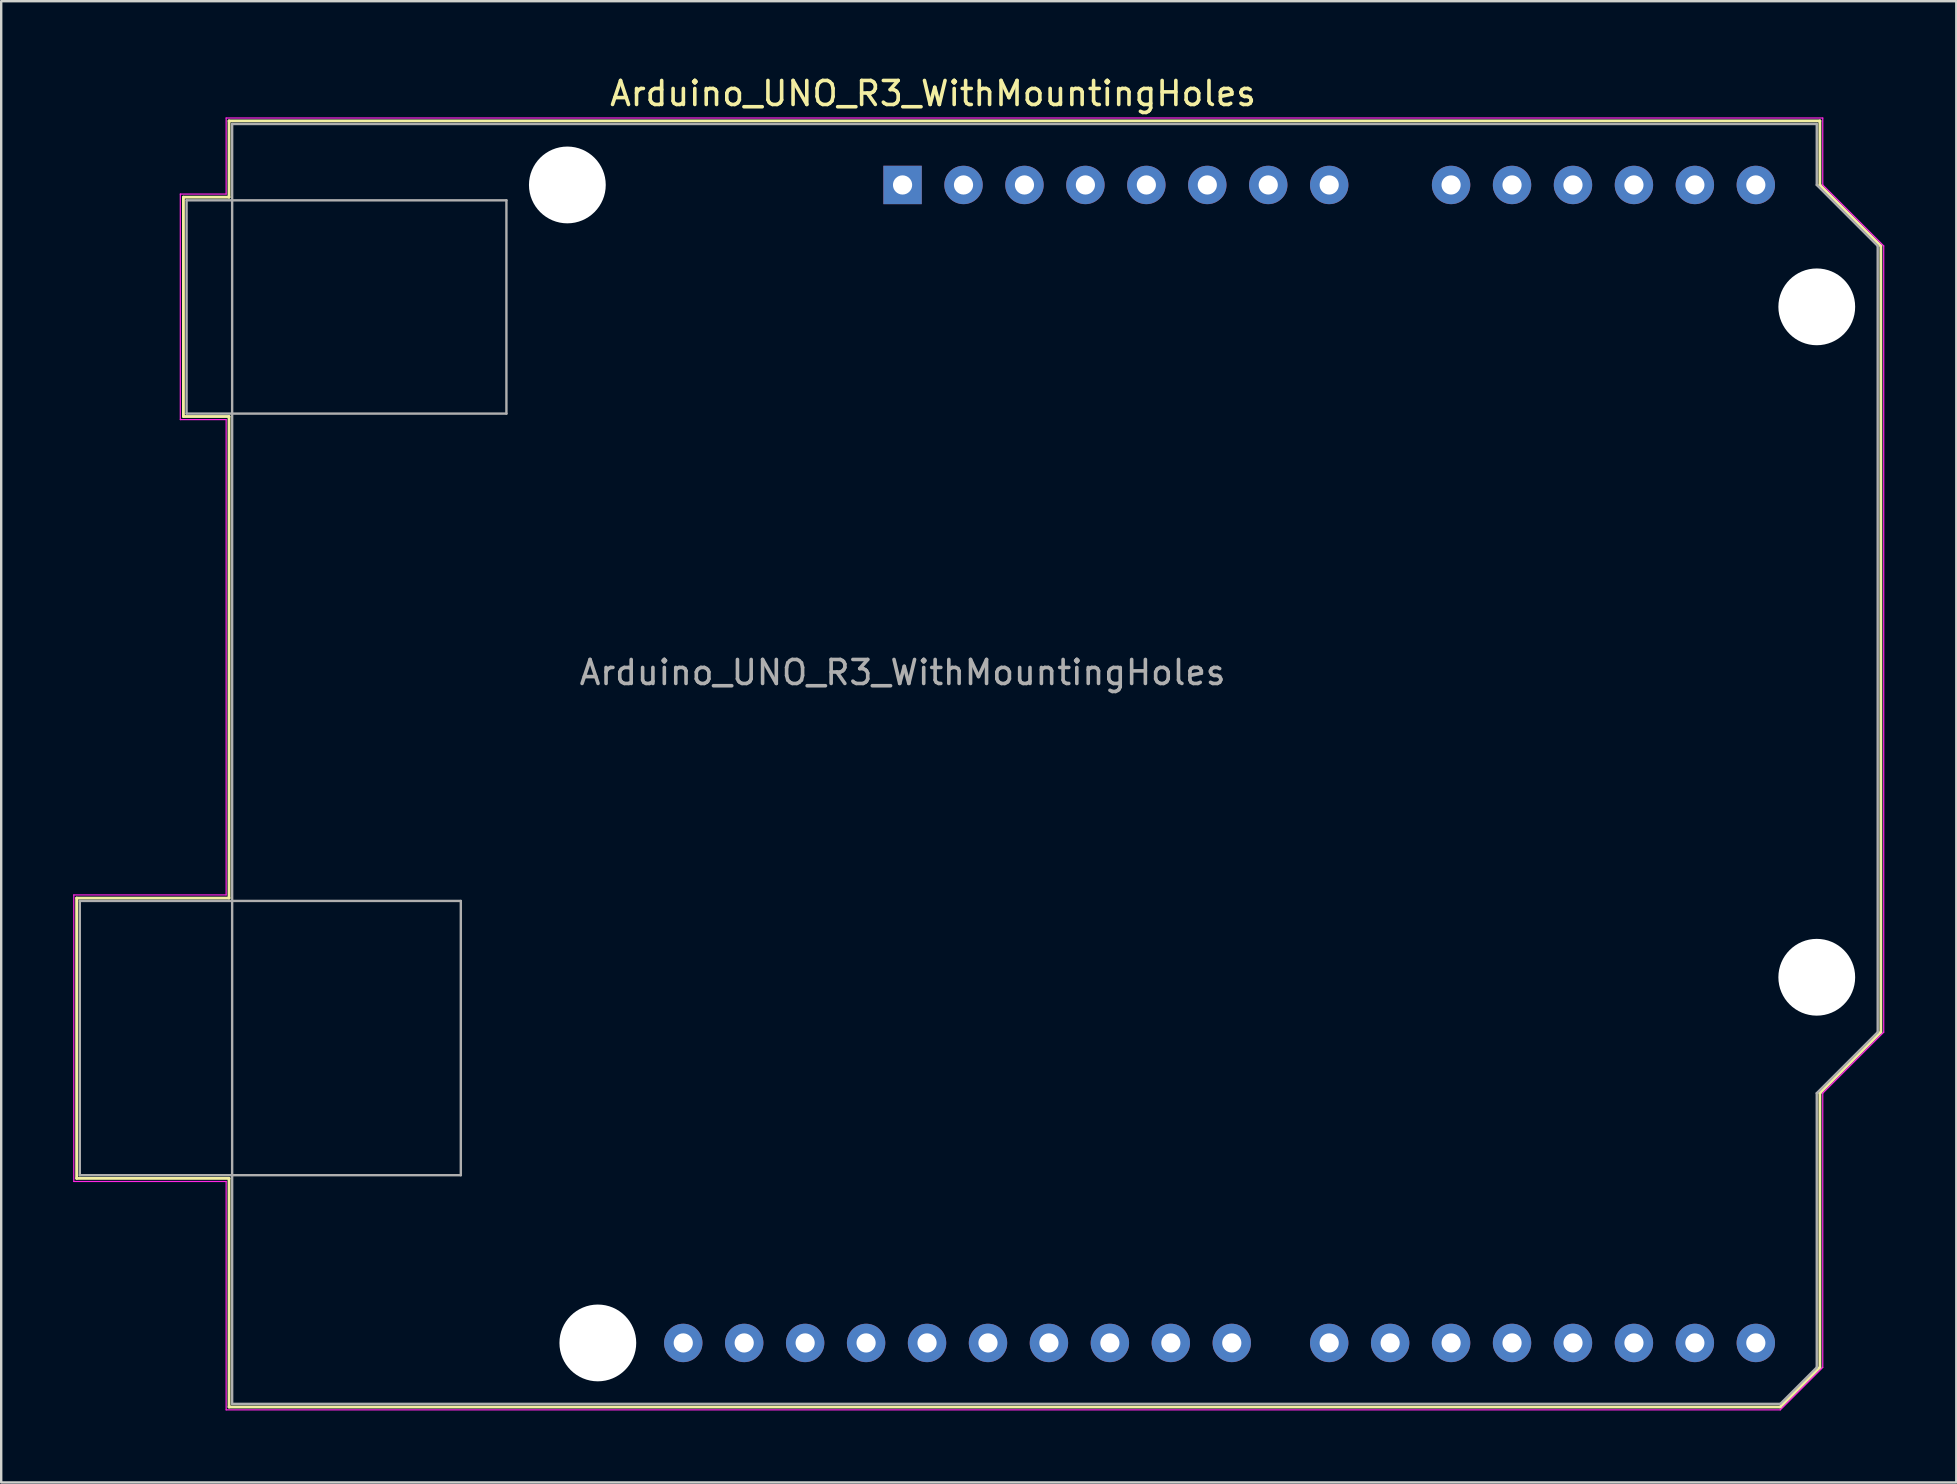
<source format=kicad_pcb>
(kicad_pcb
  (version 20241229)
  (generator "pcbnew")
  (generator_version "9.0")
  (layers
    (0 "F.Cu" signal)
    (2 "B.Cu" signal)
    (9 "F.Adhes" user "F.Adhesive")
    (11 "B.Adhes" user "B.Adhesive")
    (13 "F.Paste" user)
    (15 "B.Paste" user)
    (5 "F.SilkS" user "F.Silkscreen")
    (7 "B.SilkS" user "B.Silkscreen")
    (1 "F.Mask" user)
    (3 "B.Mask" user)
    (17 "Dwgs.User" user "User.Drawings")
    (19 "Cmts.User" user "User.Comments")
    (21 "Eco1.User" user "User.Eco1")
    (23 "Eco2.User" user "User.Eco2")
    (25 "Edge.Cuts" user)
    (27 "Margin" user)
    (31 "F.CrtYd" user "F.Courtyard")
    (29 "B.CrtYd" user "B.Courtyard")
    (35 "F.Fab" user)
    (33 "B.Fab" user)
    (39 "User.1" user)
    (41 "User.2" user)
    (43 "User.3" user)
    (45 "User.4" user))
  (footprint "Arduino_UNO_R3_WithMountingHoles"
    (layer "F.Cu")
    (at 34.565 4.658)
    (property "Reference" "Arduino_UNO_R3_WithMountingHoles" (at 1.27 -3.81 180) (layer "F.SilkS") (effects (font (size 1 1) (thickness 0.15))))
    (attr through_hole)
    (fp_line (start -34.42 29.72) (end -34.42 41.4) (stroke (width 0.12) (type solid)) (layer "F.SilkS"))
    (fp_line (start -34.42 41.4) (end -28.07 41.4) (stroke (width 0.12) (type solid)) (layer "F.SilkS"))
    (fp_line (start -29.97 0.51) (end -29.97 9.65) (stroke (width 0.12) (type solid)) (layer "F.SilkS"))
    (fp_line (start -29.97 9.65) (end -28.07 9.65) (stroke (width 0.12) (type solid)) (layer "F.SilkS"))
    (fp_line (start -28.07 -2.67) (end -28.07 0.51) (stroke (width 0.12) (type solid)) (layer "F.SilkS"))
    (fp_line (start -28.07 0.51) (end -29.97 0.51) (stroke (width 0.12) (type solid)) (layer "F.SilkS"))
    (fp_line (start -28.07 9.65) (end -28.07 29.72) (stroke (width 0.12) (type solid)) (layer "F.SilkS"))
    (fp_line (start -28.07 29.72) (end -34.42 29.72) (stroke (width 0.12) (type solid)) (layer "F.SilkS"))
    (fp_line (start -28.07 41.4) (end -28.07 50.93) (stroke (width 0.12) (type solid)) (layer "F.SilkS"))
    (fp_line (start -28.07 50.93) (end 36.58 50.93) (stroke (width 0.12) (type solid)) (layer "F.SilkS"))
    (fp_line (start 36.58 50.93) (end 38.23 49.28) (stroke (width 0.12) (type solid)) (layer "F.SilkS"))
    (fp_line (start 38.23 -2.67) (end -28.07 -2.67) (stroke (width 0.12) (type solid)) (layer "F.SilkS"))
    (fp_line (start 38.23 0) (end 38.23 -2.67) (stroke (width 0.12) (type solid)) (layer "F.SilkS"))
    (fp_line (start 38.23 37.85) (end 40.77 35.31) (stroke (width 0.12) (type solid)) (layer "F.SilkS"))
    (fp_line (start 38.23 49.28) (end 38.23 37.85) (stroke (width 0.12) (type solid)) (layer "F.SilkS"))
    (fp_line (start 40.77 2.54) (end 38.23 0) (stroke (width 0.12) (type solid)) (layer "F.SilkS"))
    (fp_line (start 40.77 35.31) (end 40.77 2.54) (stroke (width 0.12) (type solid)) (layer "F.SilkS"))
    (fp_line (start -34.54 29.59) (end -28.19 29.59) (stroke (width 0.05) (type solid)) (layer "F.CrtYd"))
    (fp_line (start -34.54 41.53) (end -34.54 29.59) (stroke (width 0.05) (type solid)) (layer "F.CrtYd"))
    (fp_line (start -30.1 0.38) (end -28.19 0.38) (stroke (width 0.05) (type solid)) (layer "F.CrtYd"))
    (fp_line (start -30.1 9.78) (end -30.1 0.38) (stroke (width 0.05) (type solid)) (layer "F.CrtYd"))
    (fp_line (start -28.19 -2.79) (end 38.35 -2.79) (stroke (width 0.05) (type solid)) (layer "F.CrtYd"))
    (fp_line (start -28.19 0.38) (end -28.19 -2.79) (stroke (width 0.05) (type solid)) (layer "F.CrtYd"))
    (fp_line (start -28.19 9.78) (end -30.1 9.78) (stroke (width 0.05) (type solid)) (layer "F.CrtYd"))
    (fp_line (start -28.19 29.59) (end -28.19 9.78) (stroke (width 0.05) (type solid)) (layer "F.CrtYd"))
    (fp_line (start -28.19 41.53) (end -34.54 41.53) (stroke (width 0.05) (type solid)) (layer "F.CrtYd"))
    (fp_line (start -28.19 51.05) (end -28.19 41.53) (stroke (width 0.05) (type solid)) (layer "F.CrtYd"))
    (fp_line (start 36.58 51.05) (end -28.19 51.05) (stroke (width 0.05) (type solid)) (layer "F.CrtYd"))
    (fp_line (start 38.35 -2.79) (end 38.35 0) (stroke (width 0.05) (type solid)) (layer "F.CrtYd"))
    (fp_line (start 38.35 0) (end 40.89 2.54) (stroke (width 0.05) (type solid)) (layer "F.CrtYd"))
    (fp_line (start 38.35 37.85) (end 38.35 49.28) (stroke (width 0.05) (type solid)) (layer "F.CrtYd"))
    (fp_line (start 38.35 49.28) (end 36.58 51.05) (stroke (width 0.05) (type solid)) (layer "F.CrtYd"))
    (fp_line (start 40.89 2.54) (end 40.89 35.31) (stroke (width 0.05) (type solid)) (layer "F.CrtYd"))
    (fp_line (start 40.89 35.31) (end 38.35 37.85) (stroke (width 0.05) (type solid)) (layer "F.CrtYd"))
    (fp_line (start -34.29 29.84) (end -18.41 29.84) (stroke (width 0.1) (type solid)) (layer "F.Fab"))
    (fp_line (start -34.29 41.27) (end -34.29 29.84) (stroke (width 0.1) (type solid)) (layer "F.Fab"))
    (fp_line (start -29.84 0.64) (end -16.51 0.64) (stroke (width 0.1) (type solid)) (layer "F.Fab"))
    (fp_line (start -29.84 9.53) (end -29.84 0.64) (stroke (width 0.1) (type solid)) (layer "F.Fab"))
    (fp_line (start -27.94 -2.54) (end 38.1 -2.54) (stroke (width 0.1) (type solid)) (layer "F.Fab"))
    (fp_line (start -27.94 50.8) (end -27.94 -2.54) (stroke (width 0.1) (type solid)) (layer "F.Fab"))
    (fp_line (start -18.41 29.84) (end -18.41 41.27) (stroke (width 0.1) (type solid)) (layer "F.Fab"))
    (fp_line (start -18.41 41.27) (end -34.29 41.27) (stroke (width 0.1) (type solid)) (layer "F.Fab"))
    (fp_line (start -16.51 0.64) (end -16.51 9.53) (stroke (width 0.1) (type solid)) (layer "F.Fab"))
    (fp_line (start -16.51 9.53) (end -29.84 9.53) (stroke (width 0.1) (type solid)) (layer "F.Fab"))
    (fp_line (start 36.58 50.8) (end -27.94 50.8) (stroke (width 0.1) (type solid)) (layer "F.Fab"))
    (fp_line (start 38.1 -2.54) (end 38.1 0) (stroke (width 0.1) (type solid)) (layer "F.Fab"))
    (fp_line (start 38.1 0) (end 40.64 2.54) (stroke (width 0.1) (type solid)) (layer "F.Fab"))
    (fp_line (start 38.1 37.85) (end 38.1 49.28) (stroke (width 0.1) (type solid)) (layer "F.Fab"))
    (fp_line (start 38.1 49.28) (end 36.58 50.8) (stroke (width 0.1) (type solid)) (layer "F.Fab"))
    (fp_line (start 40.64 2.54) (end 40.64 35.31) (stroke (width 0.1) (type solid)) (layer "F.Fab"))
    (fp_line (start 40.64 35.31) (end 38.1 37.85) (stroke (width 0.1) (type solid)) (layer "F.Fab"))
    (fp_text user "${REFERENCE}" (at 0 20.32 180) (layer "F.Fab") (effects (font (size 1 1) (thickness 0.15))))
    (pad "" np_thru_hole circle (at -13.97 0 90) (size 3.2 3.2) (drill 3.2) (layers "*.Cu" "*.Mask"))
    (pad "" np_thru_hole circle (at -12.7 48.26 90) (size 3.2 3.2) (drill 3.2) (layers "*.Cu" "*.Mask"))
    (pad "" np_thru_hole circle (at 38.1 5.08 90) (size 3.2 3.2) (drill 3.2) (layers "*.Cu" "*.Mask"))
    (pad "" np_thru_hole circle (at 38.1 33.02 90) (size 3.2 3.2) (drill 3.2) (layers "*.Cu" "*.Mask"))
    (pad "1" thru_hole rect (at 0 0 90) (size 1.6 1.6) (drill 0.8) (layers "*.Cu" "*.Mask"))
    (pad "2" thru_hole oval (at 2.54 0 90) (size 1.6 1.6) (drill 0.8) (layers "*.Cu" "*.Mask"))
    (pad "3" thru_hole oval (at 5.08 0 90) (size 1.6 1.6) (drill 0.8) (layers "*.Cu" "*.Mask"))
    (pad "4" thru_hole oval (at 7.62 0 90) (size 1.6 1.6) (drill 0.8) (layers "*.Cu" "*.Mask"))
    (pad "5" thru_hole oval (at 10.16 0 90) (size 1.6 1.6) (drill 0.8) (layers "*.Cu" "*.Mask"))
    (pad "6" thru_hole oval (at 12.7 0 90) (size 1.6 1.6) (drill 0.8) (layers "*.Cu" "*.Mask"))
    (pad "7" thru_hole oval (at 15.24 0 90) (size 1.6 1.6) (drill 0.8) (layers "*.Cu" "*.Mask"))
    (pad "8" thru_hole oval (at 17.78 0 90) (size 1.6 1.6) (drill 0.8) (layers "*.Cu" "*.Mask"))
    (pad "9" thru_hole oval (at 22.86 0 90) (size 1.6 1.6) (drill 0.8) (layers "*.Cu" "*.Mask"))
    (pad "10" thru_hole oval (at 25.4 0 90) (size 1.6 1.6) (drill 0.8) (layers "*.Cu" "*.Mask"))
    (pad "11" thru_hole oval (at 27.94 0 90) (size 1.6 1.6) (drill 0.8) (layers "*.Cu" "*.Mask"))
    (pad "12" thru_hole oval (at 30.48 0 90) (size 1.6 1.6) (drill 0.8) (layers "*.Cu" "*.Mask"))
    (pad "13" thru_hole oval (at 33.02 0 90) (size 1.6 1.6) (drill 0.8) (layers "*.Cu" "*.Mask"))
    (pad "14" thru_hole oval (at 35.56 0 90) (size 1.6 1.6) (drill 0.8) (layers "*.Cu" "*.Mask"))
    (pad "15" thru_hole oval (at 35.56 48.26 90) (size 1.6 1.6) (drill 0.8) (layers "*.Cu" "*.Mask"))
    (pad "16" thru_hole oval (at 33.02 48.26 90) (size 1.6 1.6) (drill 0.8) (layers "*.Cu" "*.Mask"))
    (pad "17" thru_hole oval (at 30.48 48.26 90) (size 1.6 1.6) (drill 0.8) (layers "*.Cu" "*.Mask"))
    (pad "18" thru_hole oval (at 27.94 48.26 90) (size 1.6 1.6) (drill 0.8) (layers "*.Cu" "*.Mask"))
    (pad "19" thru_hole oval (at 25.4 48.26 90) (size 1.6 1.6) (drill 0.8) (layers "*.Cu" "*.Mask"))
    (pad "20" thru_hole oval (at 22.86 48.26 90) (size 1.6 1.6) (drill 0.8) (layers "*.Cu" "*.Mask"))
    (pad "21" thru_hole oval (at 20.32 48.26 90) (size 1.6 1.6) (drill 0.8) (layers "*.Cu" "*.Mask"))
    (pad "22" thru_hole oval (at 17.78 48.26 90) (size 1.6 1.6) (drill 0.8) (layers "*.Cu" "*.Mask"))
    (pad "23" thru_hole oval (at 13.72 48.26 90) (size 1.6 1.6) (drill 0.8) (layers "*.Cu" "*.Mask"))
    (pad "24" thru_hole oval (at 11.18 48.26 90) (size 1.6 1.6) (drill 0.8) (layers "*.Cu" "*.Mask"))
    (pad "25" thru_hole oval (at 8.64 48.26 90) (size 1.6 1.6) (drill 0.8) (layers "*.Cu" "*.Mask"))
    (pad "26" thru_hole oval (at 6.1 48.26 90) (size 1.6 1.6) (drill 0.8) (layers "*.Cu" "*.Mask"))
    (pad "27" thru_hole oval (at 3.56 48.26 90) (size 1.6 1.6) (drill 0.8) (layers "*.Cu" "*.Mask"))
    (pad "28" thru_hole oval (at 1.02 48.26 90) (size 1.6 1.6) (drill 0.8) (layers "*.Cu" "*.Mask"))
    (pad "29" thru_hole oval (at -1.52 48.26 90) (size 1.6 1.6) (drill 0.8) (layers "*.Cu" "*.Mask"))
    (pad "30" thru_hole oval (at -4.06 48.26 90) (size 1.6 1.6) (drill 0.8) (layers "*.Cu" "*.Mask"))
    (pad "31" thru_hole oval (at -6.6 48.26 90) (size 1.6 1.6) (drill 0.8) (layers "*.Cu" "*.Mask"))
    (pad "32" thru_hole oval (at -9.14 48.26 90) (size 1.6 1.6) (drill 0.8) (layers "*.Cu" "*.Mask")))
  (gr_rect
    (start -3 -3)
    (end 78.48 58.733)
    (stroke (width 0.1) (type default))
    (fill no)
    (layer "Edge.Cuts")))
</source>
